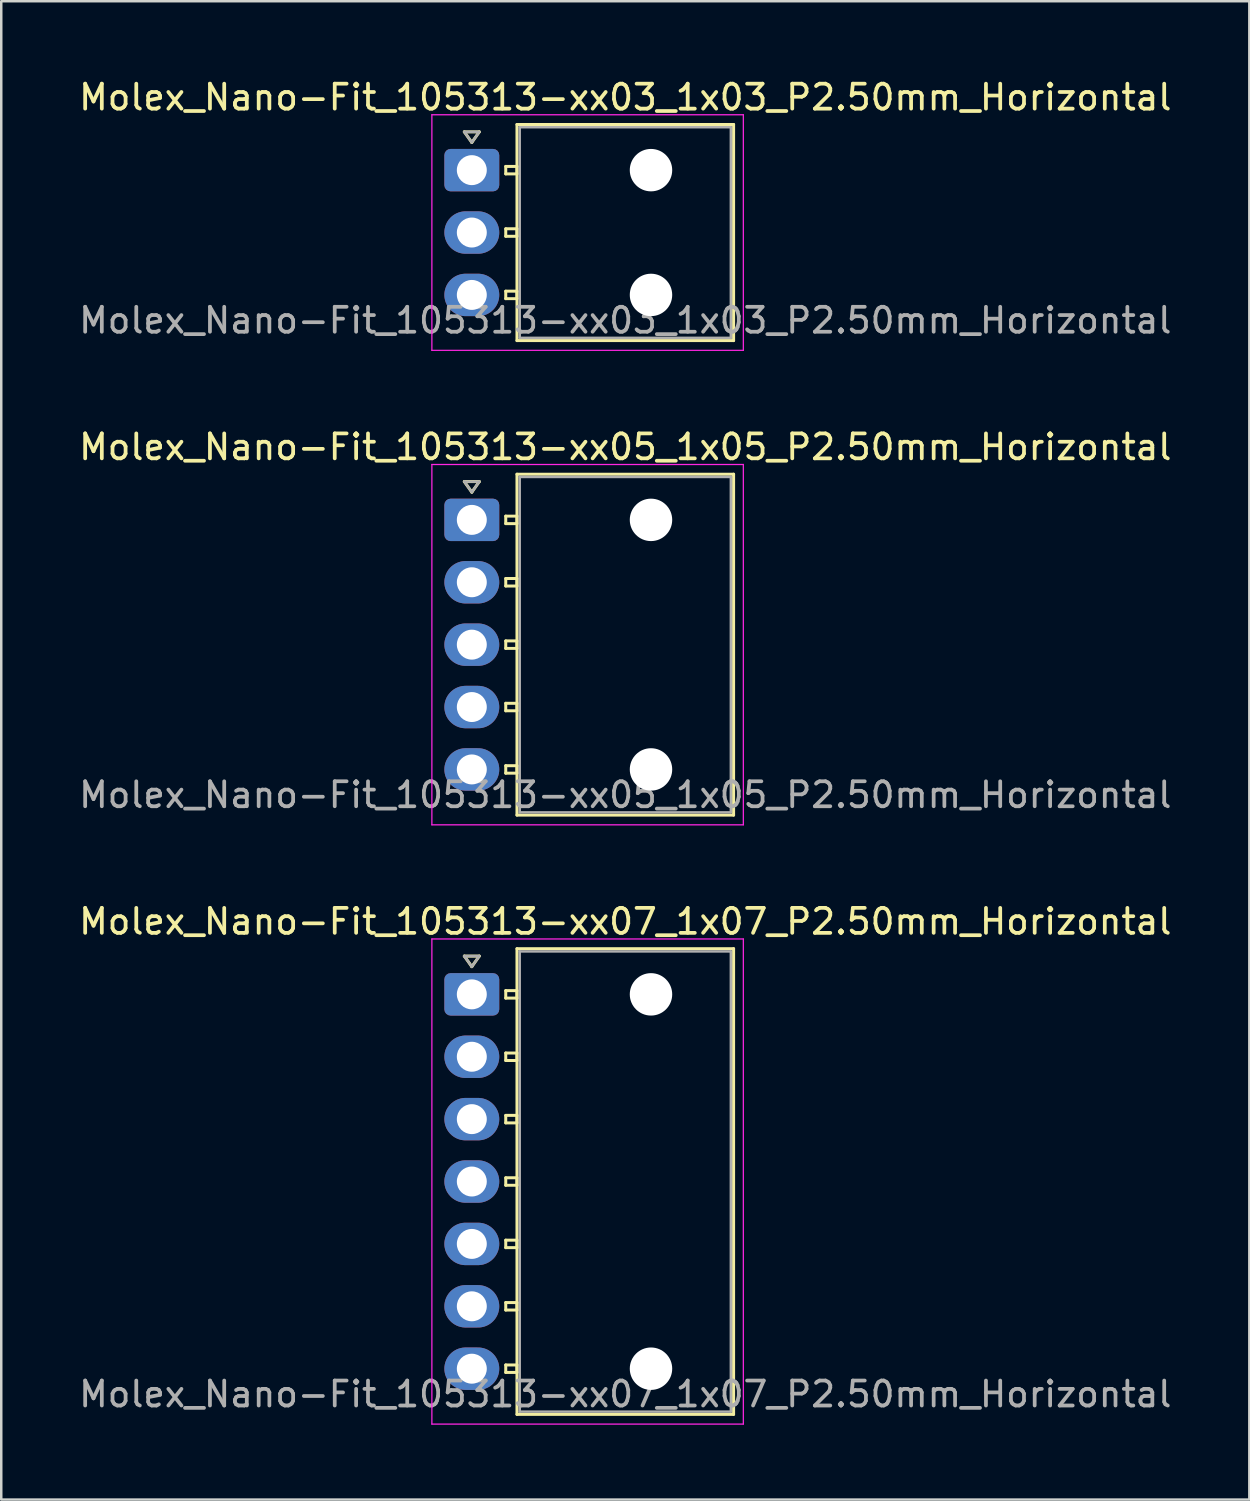
<source format=kicad_pcb>
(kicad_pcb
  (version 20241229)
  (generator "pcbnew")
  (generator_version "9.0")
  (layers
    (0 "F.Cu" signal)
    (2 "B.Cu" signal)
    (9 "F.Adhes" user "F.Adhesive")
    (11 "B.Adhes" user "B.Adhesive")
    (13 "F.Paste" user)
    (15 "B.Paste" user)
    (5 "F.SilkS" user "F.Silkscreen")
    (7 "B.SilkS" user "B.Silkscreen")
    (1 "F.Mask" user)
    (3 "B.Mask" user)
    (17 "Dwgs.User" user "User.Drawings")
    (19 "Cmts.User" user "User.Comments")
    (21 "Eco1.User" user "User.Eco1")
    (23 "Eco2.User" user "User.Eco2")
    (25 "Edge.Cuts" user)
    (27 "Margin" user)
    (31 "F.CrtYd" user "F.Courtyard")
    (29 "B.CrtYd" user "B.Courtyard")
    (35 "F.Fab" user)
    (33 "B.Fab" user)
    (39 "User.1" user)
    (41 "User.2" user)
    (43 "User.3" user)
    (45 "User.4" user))
  (footprint "Molex_Nano-Fit_105313-xx05_1x05_P2.50mm_Horizontal"
    (layer "F.Cu")
    (at 15.856 17.782)
    (property "Reference" "Molex_Nano-Fit_105313-xx05_1x05_P2.50mm_Horizontal" (at 6.15 -2.92 0) (layer "F.SilkS") (effects (font (size 1 1) (thickness 0.15))))
    (attr through_hole)
    (fp_line (start -0.3 -1.534) (end 0 -1.11) (stroke (width 0.12) (type solid)) (layer "F.SilkS"))
    (fp_line (start 0 -1.11) (end 0.3 -1.534) (stroke (width 0.12) (type solid)) (layer "F.SilkS"))
    (fp_line (start 0.3 -1.534) (end -0.3 -1.534) (stroke (width 0.12) (type solid)) (layer "F.SilkS"))
    (fp_line (start 1.36 -0.15) (end 1.36 0.15) (stroke (width 0.12) (type solid)) (layer "F.SilkS"))
    (fp_line (start 1.36 0.15) (end 1.81 0.15) (stroke (width 0.12) (type solid)) (layer "F.SilkS"))
    (fp_line (start 1.36 2.35) (end 1.36 2.65) (stroke (width 0.12) (type solid)) (layer "F.SilkS"))
    (fp_line (start 1.36 2.65) (end 1.81 2.65) (stroke (width 0.12) (type solid)) (layer "F.SilkS"))
    (fp_line (start 1.36 4.85) (end 1.36 5.15) (stroke (width 0.12) (type solid)) (layer "F.SilkS"))
    (fp_line (start 1.36 5.15) (end 1.81 5.15) (stroke (width 0.12) (type solid)) (layer "F.SilkS"))
    (fp_line (start 1.36 7.35) (end 1.36 7.65) (stroke (width 0.12) (type solid)) (layer "F.SilkS"))
    (fp_line (start 1.36 7.65) (end 1.81 7.65) (stroke (width 0.12) (type solid)) (layer "F.SilkS"))
    (fp_line (start 1.36 9.85) (end 1.36 10.15) (stroke (width 0.12) (type solid)) (layer "F.SilkS"))
    (fp_line (start 1.36 10.15) (end 1.81 10.15) (stroke (width 0.12) (type solid)) (layer "F.SilkS"))
    (fp_line (start 1.81 -1.83) (end 1.81 11.83) (stroke (width 0.12) (type solid)) (layer "F.SilkS"))
    (fp_line (start 1.81 -0.15) (end 1.36 -0.15) (stroke (width 0.12) (type solid)) (layer "F.SilkS"))
    (fp_line (start 1.81 0.15) (end 1.81 -0.15) (stroke (width 0.12) (type solid)) (layer "F.SilkS"))
    (fp_line (start 1.81 2.35) (end 1.36 2.35) (stroke (width 0.12) (type solid)) (layer "F.SilkS"))
    (fp_line (start 1.81 2.65) (end 1.81 2.35) (stroke (width 0.12) (type solid)) (layer "F.SilkS"))
    (fp_line (start 1.81 4.85) (end 1.36 4.85) (stroke (width 0.12) (type solid)) (layer "F.SilkS"))
    (fp_line (start 1.81 5.15) (end 1.81 4.85) (stroke (width 0.12) (type solid)) (layer "F.SilkS"))
    (fp_line (start 1.81 7.35) (end 1.36 7.35) (stroke (width 0.12) (type solid)) (layer "F.SilkS"))
    (fp_line (start 1.81 7.65) (end 1.81 7.35) (stroke (width 0.12) (type solid)) (layer "F.SilkS"))
    (fp_line (start 1.81 9.85) (end 1.36 9.85) (stroke (width 0.12) (type solid)) (layer "F.SilkS"))
    (fp_line (start 1.81 10.15) (end 1.81 9.85) (stroke (width 0.12) (type solid)) (layer "F.SilkS"))
    (fp_line (start 1.81 11.83) (end 10.49 11.83) (stroke (width 0.12) (type solid)) (layer "F.SilkS"))
    (fp_line (start 10.49 -1.83) (end 1.81 -1.83) (stroke (width 0.12) (type solid)) (layer "F.SilkS"))
    (fp_line (start 10.49 11.83) (end 10.49 -1.83) (stroke (width 0.12) (type solid)) (layer "F.SilkS"))
    (fp_line (start -1.6 -2.22) (end -1.6 12.22) (stroke (width 0.05) (type solid)) (layer "F.CrtYd"))
    (fp_line (start -1.6 12.22) (end 10.88 12.22) (stroke (width 0.05) (type solid)) (layer "F.CrtYd"))
    (fp_line (start 10.88 -2.22) (end -1.6 -2.22) (stroke (width 0.05) (type solid)) (layer "F.CrtYd"))
    (fp_line (start 10.88 12.22) (end 10.88 -2.22) (stroke (width 0.05) (type solid)) (layer "F.CrtYd"))
    (fp_line (start -0.3 -1.534) (end 0 -1.11) (stroke (width 0.1) (type solid)) (layer "F.Fab"))
    (fp_line (start 0 -1.11) (end 0.3 -1.534) (stroke (width 0.1) (type solid)) (layer "F.Fab"))
    (fp_line (start 0.3 -1.534) (end -0.3 -1.534) (stroke (width 0.1) (type solid)) (layer "F.Fab"))
    (fp_line (start 1.92 -1.72) (end 1.92 11.72) (stroke (width 0.1) (type solid)) (layer "F.Fab"))
    (fp_line (start 1.92 11.72) (end 10.38 11.72) (stroke (width 0.1) (type solid)) (layer "F.Fab"))
    (fp_line (start 10.38 -1.72) (end 1.92 -1.72) (stroke (width 0.1) (type solid)) (layer "F.Fab"))
    (fp_line (start 10.38 11.72) (end 10.38 -1.72) (stroke (width 0.1) (type solid)) (layer "F.Fab"))
    (fp_text user "${REFERENCE}" (at 6.15 11.02 0) (layer "F.Fab") (effects (font (size 1 1) (thickness 0.15))))
    (pad "" np_thru_hole circle (at 7.18 0) (size 1.7 1.7) (drill 1.7) (layers "*.Cu" "*.Mask"))
    (pad "" np_thru_hole circle (at 7.18 10) (size 1.7 1.7) (drill 1.7) (layers "*.Cu" "*.Mask"))
    (pad "1" thru_hole roundrect (at 0 0) (size 2.2 1.7) (drill 1.2) (layers "*.Cu" "*.Mask") (roundrect_rratio 0.147))
    (pad "2" thru_hole oval (at 0 2.5) (size 2.2 1.7) (drill 1.2) (layers "*.Cu" "*.Mask"))
    (pad "3" thru_hole oval (at 0 5) (size 2.2 1.7) (drill 1.2) (layers "*.Cu" "*.Mask"))
    (pad "4" thru_hole oval (at 0 7.5) (size 2.2 1.7) (drill 1.2) (layers "*.Cu" "*.Mask"))
    (pad "5" thru_hole oval (at 0 10) (size 2.2 1.7) (drill 1.2) (layers "*.Cu" "*.Mask")))
  (footprint "Molex_Nano-Fit_105313-xx03_1x03_P2.50mm_Horizontal"
    (layer "F.Cu")
    (at 15.856 3.768)
    (property "Reference" "Molex_Nano-Fit_105313-xx03_1x03_P2.50mm_Horizontal" (at 6.15 -2.92 0) (layer "F.SilkS") (effects (font (size 1 1) (thickness 0.15))))
    (attr through_hole)
    (fp_line (start -0.3 -1.534) (end 0 -1.11) (stroke (width 0.12) (type solid)) (layer "F.SilkS"))
    (fp_line (start 0 -1.11) (end 0.3 -1.534) (stroke (width 0.12) (type solid)) (layer "F.SilkS"))
    (fp_line (start 0.3 -1.534) (end -0.3 -1.534) (stroke (width 0.12) (type solid)) (layer "F.SilkS"))
    (fp_line (start 1.36 -0.15) (end 1.36 0.15) (stroke (width 0.12) (type solid)) (layer "F.SilkS"))
    (fp_line (start 1.36 0.15) (end 1.81 0.15) (stroke (width 0.12) (type solid)) (layer "F.SilkS"))
    (fp_line (start 1.36 2.35) (end 1.36 2.65) (stroke (width 0.12) (type solid)) (layer "F.SilkS"))
    (fp_line (start 1.36 2.65) (end 1.81 2.65) (stroke (width 0.12) (type solid)) (layer "F.SilkS"))
    (fp_line (start 1.36 4.85) (end 1.36 5.15) (stroke (width 0.12) (type solid)) (layer "F.SilkS"))
    (fp_line (start 1.36 5.15) (end 1.81 5.15) (stroke (width 0.12) (type solid)) (layer "F.SilkS"))
    (fp_line (start 1.81 -1.83) (end 1.81 6.83) (stroke (width 0.12) (type solid)) (layer "F.SilkS"))
    (fp_line (start 1.81 -0.15) (end 1.36 -0.15) (stroke (width 0.12) (type solid)) (layer "F.SilkS"))
    (fp_line (start 1.81 0.15) (end 1.81 -0.15) (stroke (width 0.12) (type solid)) (layer "F.SilkS"))
    (fp_line (start 1.81 2.35) (end 1.36 2.35) (stroke (width 0.12) (type solid)) (layer "F.SilkS"))
    (fp_line (start 1.81 2.65) (end 1.81 2.35) (stroke (width 0.12) (type solid)) (layer "F.SilkS"))
    (fp_line (start 1.81 4.85) (end 1.36 4.85) (stroke (width 0.12) (type solid)) (layer "F.SilkS"))
    (fp_line (start 1.81 5.15) (end 1.81 4.85) (stroke (width 0.12) (type solid)) (layer "F.SilkS"))
    (fp_line (start 1.81 6.83) (end 10.49 6.83) (stroke (width 0.12) (type solid)) (layer "F.SilkS"))
    (fp_line (start 10.49 -1.83) (end 1.81 -1.83) (stroke (width 0.12) (type solid)) (layer "F.SilkS"))
    (fp_line (start 10.49 6.83) (end 10.49 -1.83) (stroke (width 0.12) (type solid)) (layer "F.SilkS"))
    (fp_line (start -1.6 -2.22) (end -1.6 7.22) (stroke (width 0.05) (type solid)) (layer "F.CrtYd"))
    (fp_line (start -1.6 7.22) (end 10.88 7.22) (stroke (width 0.05) (type solid)) (layer "F.CrtYd"))
    (fp_line (start 10.88 -2.22) (end -1.6 -2.22) (stroke (width 0.05) (type solid)) (layer "F.CrtYd"))
    (fp_line (start 10.88 7.22) (end 10.88 -2.22) (stroke (width 0.05) (type solid)) (layer "F.CrtYd"))
    (fp_line (start -0.3 -1.534) (end 0 -1.11) (stroke (width 0.1) (type solid)) (layer "F.Fab"))
    (fp_line (start 0 -1.11) (end 0.3 -1.534) (stroke (width 0.1) (type solid)) (layer "F.Fab"))
    (fp_line (start 0.3 -1.534) (end -0.3 -1.534) (stroke (width 0.1) (type solid)) (layer "F.Fab"))
    (fp_line (start 1.92 -1.72) (end 1.92 6.72) (stroke (width 0.1) (type solid)) (layer "F.Fab"))
    (fp_line (start 1.92 6.72) (end 10.38 6.72) (stroke (width 0.1) (type solid)) (layer "F.Fab"))
    (fp_line (start 10.38 -1.72) (end 1.92 -1.72) (stroke (width 0.1) (type solid)) (layer "F.Fab"))
    (fp_line (start 10.38 6.72) (end 10.38 -1.72) (stroke (width 0.1) (type solid)) (layer "F.Fab"))
    (fp_text user "${REFERENCE}" (at 6.15 6.02 0) (layer "F.Fab") (effects (font (size 1 1) (thickness 0.15))))
    (pad "" np_thru_hole circle (at 7.18 0) (size 1.7 1.7) (drill 1.7) (layers "*.Cu" "*.Mask"))
    (pad "" np_thru_hole circle (at 7.18 5) (size 1.7 1.7) (drill 1.7) (layers "*.Cu" "*.Mask"))
    (pad "1" thru_hole roundrect (at 0 0) (size 2.2 1.7) (drill 1.2) (layers "*.Cu" "*.Mask") (roundrect_rratio 0.147))
    (pad "2" thru_hole oval (at 0 2.5) (size 2.2 1.7) (drill 1.2) (layers "*.Cu" "*.Mask"))
    (pad "3" thru_hole oval (at 0 5) (size 2.2 1.7) (drill 1.2) (layers "*.Cu" "*.Mask")))
  (footprint "Molex_Nano-Fit_105313-xx07_1x07_P2.50mm_Horizontal"
    (layer "F.Cu")
    (at 15.856 36.795)
    (property "Reference" "Molex_Nano-Fit_105313-xx07_1x07_P2.50mm_Horizontal" (at 6.15 -2.92 0) (layer "F.SilkS") (effects (font (size 1 1) (thickness 0.15))))
    (attr through_hole)
    (fp_line (start -0.3 -1.534) (end 0 -1.11) (stroke (width 0.12) (type solid)) (layer "F.SilkS"))
    (fp_line (start 0 -1.11) (end 0.3 -1.534) (stroke (width 0.12) (type solid)) (layer "F.SilkS"))
    (fp_line (start 0.3 -1.534) (end -0.3 -1.534) (stroke (width 0.12) (type solid)) (layer "F.SilkS"))
    (fp_line (start 1.36 -0.15) (end 1.36 0.15) (stroke (width 0.12) (type solid)) (layer "F.SilkS"))
    (fp_line (start 1.36 0.15) (end 1.81 0.15) (stroke (width 0.12) (type solid)) (layer "F.SilkS"))
    (fp_line (start 1.36 2.35) (end 1.36 2.65) (stroke (width 0.12) (type solid)) (layer "F.SilkS"))
    (fp_line (start 1.36 2.65) (end 1.81 2.65) (stroke (width 0.12) (type solid)) (layer "F.SilkS"))
    (fp_line (start 1.36 4.85) (end 1.36 5.15) (stroke (width 0.12) (type solid)) (layer "F.SilkS"))
    (fp_line (start 1.36 5.15) (end 1.81 5.15) (stroke (width 0.12) (type solid)) (layer "F.SilkS"))
    (fp_line (start 1.36 7.35) (end 1.36 7.65) (stroke (width 0.12) (type solid)) (layer "F.SilkS"))
    (fp_line (start 1.36 7.65) (end 1.81 7.65) (stroke (width 0.12) (type solid)) (layer "F.SilkS"))
    (fp_line (start 1.36 9.85) (end 1.36 10.15) (stroke (width 0.12) (type solid)) (layer "F.SilkS"))
    (fp_line (start 1.36 10.15) (end 1.81 10.15) (stroke (width 0.12) (type solid)) (layer "F.SilkS"))
    (fp_line (start 1.36 12.35) (end 1.36 12.65) (stroke (width 0.12) (type solid)) (layer "F.SilkS"))
    (fp_line (start 1.36 12.65) (end 1.81 12.65) (stroke (width 0.12) (type solid)) (layer "F.SilkS"))
    (fp_line (start 1.36 14.85) (end 1.36 15.15) (stroke (width 0.12) (type solid)) (layer "F.SilkS"))
    (fp_line (start 1.36 15.15) (end 1.81 15.15) (stroke (width 0.12) (type solid)) (layer "F.SilkS"))
    (fp_line (start 1.81 -1.83) (end 1.81 16.83) (stroke (width 0.12) (type solid)) (layer "F.SilkS"))
    (fp_line (start 1.81 -0.15) (end 1.36 -0.15) (stroke (width 0.12) (type solid)) (layer "F.SilkS"))
    (fp_line (start 1.81 0.15) (end 1.81 -0.15) (stroke (width 0.12) (type solid)) (layer "F.SilkS"))
    (fp_line (start 1.81 2.35) (end 1.36 2.35) (stroke (width 0.12) (type solid)) (layer "F.SilkS"))
    (fp_line (start 1.81 2.65) (end 1.81 2.35) (stroke (width 0.12) (type solid)) (layer "F.SilkS"))
    (fp_line (start 1.81 4.85) (end 1.36 4.85) (stroke (width 0.12) (type solid)) (layer "F.SilkS"))
    (fp_line (start 1.81 5.15) (end 1.81 4.85) (stroke (width 0.12) (type solid)) (layer "F.SilkS"))
    (fp_line (start 1.81 7.35) (end 1.36 7.35) (stroke (width 0.12) (type solid)) (layer "F.SilkS"))
    (fp_line (start 1.81 7.65) (end 1.81 7.35) (stroke (width 0.12) (type solid)) (layer "F.SilkS"))
    (fp_line (start 1.81 9.85) (end 1.36 9.85) (stroke (width 0.12) (type solid)) (layer "F.SilkS"))
    (fp_line (start 1.81 10.15) (end 1.81 9.85) (stroke (width 0.12) (type solid)) (layer "F.SilkS"))
    (fp_line (start 1.81 12.35) (end 1.36 12.35) (stroke (width 0.12) (type solid)) (layer "F.SilkS"))
    (fp_line (start 1.81 12.65) (end 1.81 12.35) (stroke (width 0.12) (type solid)) (layer "F.SilkS"))
    (fp_line (start 1.81 14.85) (end 1.36 14.85) (stroke (width 0.12) (type solid)) (layer "F.SilkS"))
    (fp_line (start 1.81 15.15) (end 1.81 14.85) (stroke (width 0.12) (type solid)) (layer "F.SilkS"))
    (fp_line (start 1.81 16.83) (end 10.49 16.83) (stroke (width 0.12) (type solid)) (layer "F.SilkS"))
    (fp_line (start 10.49 -1.83) (end 1.81 -1.83) (stroke (width 0.12) (type solid)) (layer "F.SilkS"))
    (fp_line (start 10.49 16.83) (end 10.49 -1.83) (stroke (width 0.12) (type solid)) (layer "F.SilkS"))
    (fp_line (start -1.6 -2.22) (end -1.6 17.22) (stroke (width 0.05) (type solid)) (layer "F.CrtYd"))
    (fp_line (start -1.6 17.22) (end 10.88 17.22) (stroke (width 0.05) (type solid)) (layer "F.CrtYd"))
    (fp_line (start 10.88 -2.22) (end -1.6 -2.22) (stroke (width 0.05) (type solid)) (layer "F.CrtYd"))
    (fp_line (start 10.88 17.22) (end 10.88 -2.22) (stroke (width 0.05) (type solid)) (layer "F.CrtYd"))
    (fp_line (start -0.3 -1.534) (end 0 -1.11) (stroke (width 0.1) (type solid)) (layer "F.Fab"))
    (fp_line (start 0 -1.11) (end 0.3 -1.534) (stroke (width 0.1) (type solid)) (layer "F.Fab"))
    (fp_line (start 0.3 -1.534) (end -0.3 -1.534) (stroke (width 0.1) (type solid)) (layer "F.Fab"))
    (fp_line (start 1.92 -1.72) (end 1.92 16.72) (stroke (width 0.1) (type solid)) (layer "F.Fab"))
    (fp_line (start 1.92 16.72) (end 10.38 16.72) (stroke (width 0.1) (type solid)) (layer "F.Fab"))
    (fp_line (start 10.38 -1.72) (end 1.92 -1.72) (stroke (width 0.1) (type solid)) (layer "F.Fab"))
    (fp_line (start 10.38 16.72) (end 10.38 -1.72) (stroke (width 0.1) (type solid)) (layer "F.Fab"))
    (fp_text user "${REFERENCE}" (at 6.15 16.02 0) (layer "F.Fab") (effects (font (size 1 1) (thickness 0.15))))
    (pad "" np_thru_hole circle (at 7.18 0) (size 1.7 1.7) (drill 1.7) (layers "*.Cu" "*.Mask"))
    (pad "" np_thru_hole circle (at 7.18 15) (size 1.7 1.7) (drill 1.7) (layers "*.Cu" "*.Mask"))
    (pad "1" thru_hole roundrect (at 0 0) (size 2.2 1.7) (drill 1.2) (layers "*.Cu" "*.Mask") (roundrect_rratio 0.147))
    (pad "2" thru_hole oval (at 0 2.5) (size 2.2 1.7) (drill 1.2) (layers "*.Cu" "*.Mask"))
    (pad "3" thru_hole oval (at 0 5) (size 2.2 1.7) (drill 1.2) (layers "*.Cu" "*.Mask"))
    (pad "4" thru_hole oval (at 0 7.5) (size 2.2 1.7) (drill 1.2) (layers "*.Cu" "*.Mask"))
    (pad "5" thru_hole oval (at 0 10) (size 2.2 1.7) (drill 1.2) (layers "*.Cu" "*.Mask"))
    (pad "6" thru_hole oval (at 0 12.5) (size 2.2 1.7) (drill 1.2) (layers "*.Cu" "*.Mask"))
    (pad "7" thru_hole oval (at 0 15) (size 2.2 1.7) (drill 1.2) (layers "*.Cu" "*.Mask")))
  (gr_rect
    (start -3 -3)
    (end 47.012 57.04)
    (stroke (width 0.1) (type default))
    (fill no)
    (layer "Edge.Cuts")))
</source>
